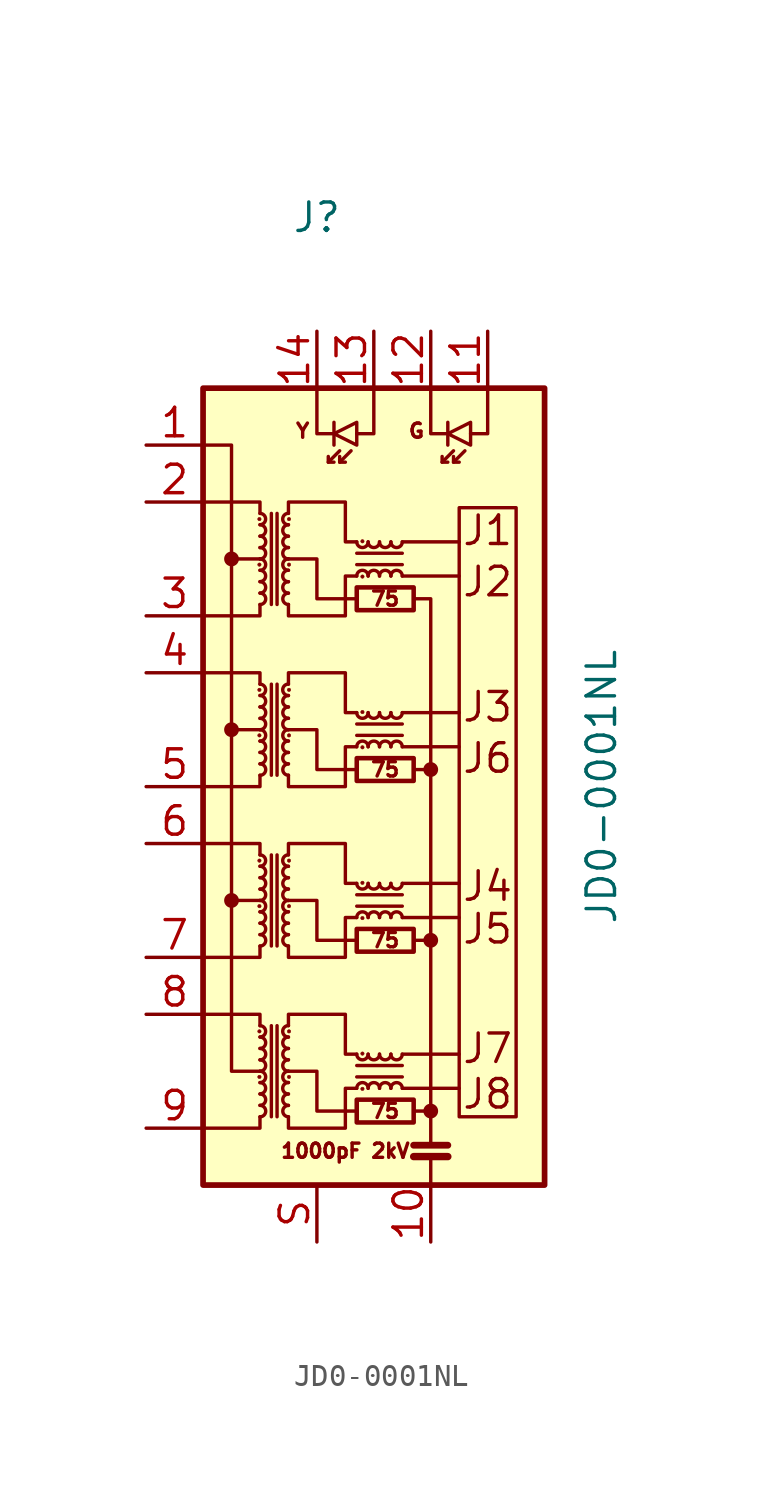
<source format=kicad_sym>
(kicad_symbol_lib
  (version 20201005)
  (generator kicad_symbol_editor)
  (symbol "PintryParts-Symbols:JD0-0001NL"
    (pin_names
      (offset 0.025) hide)
    (property "Reference" "J"
      (at -2.54 25.4 0)
      (effects (font (size 1.27 1.27))))
    (property "Value" "JD0-0001NL"
      (at 10.16 0 90)
      (effects (font (size 1.27 1.27))))
    (symbol "JD0-0001NL_0_0"
      (text "1000pF 2kV" (at -1.27 -16.256 0) (effects (font (size 0.635 0.635))))
      (text "75" (at 0.508 -14.478 0) (effects (font (size 0.635 0.635))))
      (text "75" (at 0.508 -6.858 0) (effects (font (size 0.635 0.635))))
      (text "75" (at 0.508 0.762 0) (effects (font (size 0.635 0.635))))
      (text "75" (at 0.508 8.382 0) (effects (font (size 0.635 0.635))))
      (text "G" (at 1.905 15.875 0) (effects (font (size 0.635 0.635))))
      (text "J1" (at 5.08 11.43 0) (effects (font (size 1.27 1.27))))
      (text "J2" (at 5.08 9.144 0) (effects (font (size 1.27 1.27))))
      (text "J3" (at 5.08 3.556 0) (effects (font (size 1.27 1.27))))
      (text "J4" (at 5.08 -4.445 0) (effects (font (size 1.27 1.27))))
      (text "J5" (at 5.08 -6.35 0) (effects (font (size 1.27 1.27))))
      (text "J6" (at 5.08 1.27 0) (effects (font (size 1.27 1.27))))
      (text "J7" (at 5.08 -11.684 0) (effects (font (size 1.27 1.27))))
      (text "J8" (at 5.08 -13.716 0) (effects (font (size 1.27 1.27))))
      (text "Y" (at -3.175 15.875 0) (effects (font (size 0.635 0.635))))
      (polyline (pts (xy -6.35 -5.08) (xy -5.08 -5.08)) (stroke (width 0)) (fill (type none)))
      (polyline (pts (xy -6.35 10.16) (xy -5.08 10.16)) (stroke (width 0)) (fill (type none)))
      (polyline (pts (xy -5.08 2.54) (xy -6.35 2.54)) (stroke (width 0)) (fill (type none)))
      (polyline (pts (xy 1.27 -13.462) (xy 3.81 -13.462)) (stroke (width 0)) (fill (type none)))
      (polyline (pts (xy 1.27 -11.938) (xy 3.81 -11.938)) (stroke (width 0)) (fill (type none)))
      (polyline (pts (xy 1.27 -5.842) (xy 3.81 -5.842)) (stroke (width 0)) (fill (type none)))
      (polyline (pts (xy 1.27 -4.318) (xy 3.81 -4.318)) (stroke (width 0)) (fill (type none)))
      (polyline (pts (xy 1.27 1.778) (xy 3.81 1.778)) (stroke (width 0)) (fill (type none)))
      (polyline (pts (xy 1.27 3.302) (xy 3.81 3.302)) (stroke (width 0)) (fill (type none)))
      (polyline (pts (xy 1.27 9.398) (xy 3.81 9.398)) (stroke (width 0)) (fill (type none)))
      (polyline (pts (xy 1.27 10.922) (xy 3.81 10.922)) (stroke (width 0)) (fill (type none)))
      (polyline (pts (xy 1.778 -14.478) (xy 2.54 -14.478)) (stroke (width 0)) (fill (type none)))
      (polyline (pts (xy -0.762 -14.478) (xy -2.54 -14.478) (xy -2.54 -12.7) (xy -3.81 -12.7)) (stroke (width 0)) (fill (type none)))
      (polyline (pts (xy -0.762 -6.858) (xy -2.54 -6.858) (xy -2.54 -5.08) (xy -3.81 -5.08)) (stroke (width 0)) (fill (type none)))
      (polyline (pts (xy -0.762 0.762) (xy -2.54 0.762) (xy -2.54 2.54) (xy -3.81 2.54)) (stroke (width 0)) (fill (type none)))
      (polyline (pts (xy -0.762 8.382) (xy -2.54 8.382) (xy -2.54 10.16) (xy -3.81 10.16)) (stroke (width 0)) (fill (type none))))
    (symbol "JD0-0001NL_0_1"
      (arc (start -5.08 -14.732) (end -5.08 -14.224) (radius (at -5.08 -14.478) (length 0.254) (angles -89.9 89.9)) (stroke (width 0)) (fill (type none)))
      (arc (start -5.08 -14.224) (end -5.08 -13.716) (radius (at -5.08 -13.97) (length 0.254) (angles -89.9 89.9)) (stroke (width 0)) (fill (type none)))
      (arc (start -5.08 -13.716) (end -5.08 -13.208) (radius (at -5.08 -13.462) (length 0.254) (angles -89.9 89.9)) (stroke (width 0)) (fill (type none)))
      (arc (start -5.08 -13.208) (end -5.08 -12.7) (radius (at -5.08 -12.954) (length 0.254) (angles -89.9 89.9)) (stroke (width 0)) (fill (type none)))
      (arc (start -5.08 -12.7) (end -5.08 -12.192) (radius (at -5.08 -12.446) (length 0.254) (angles -89.9 89.9)) (stroke (width 0)) (fill (type none)))
      (arc (start -5.08 -12.192) (end -5.08 -11.684) (radius (at -5.08 -11.938) (length 0.254) (angles -89.9 89.9)) (stroke (width 0)) (fill (type none)))
      (arc (start -5.08 -11.684) (end -5.08 -11.176) (radius (at -5.08 -11.43) (length 0.254) (angles -89.9 89.9)) (stroke (width 0)) (fill (type none)))
      (arc (start -5.08 -11.176) (end -5.08 -10.668) (radius (at -5.08 -10.922) (length 0.254) (angles -89.9 89.9)) (stroke (width 0)) (fill (type none)))
      (arc (start -5.08 -7.112) (end -5.08 -6.604) (radius (at -5.08 -6.858) (length 0.254) (angles -89.9 89.9)) (stroke (width 0)) (fill (type none)))
      (arc (start -5.08 -6.604) (end -5.08 -6.096) (radius (at -5.08 -6.35) (length 0.254) (angles -89.9 89.9)) (stroke (width 0)) (fill (type none)))
      (arc (start -5.08 -6.096) (end -5.08 -5.588) (radius (at -5.08 -5.842) (length 0.254) (angles -89.9 89.9)) (stroke (width 0)) (fill (type none)))
      (arc (start -5.08 -5.588) (end -5.08 -5.08) (radius (at -5.08 -5.334) (length 0.254) (angles -89.9 89.9)) (stroke (width 0)) (fill (type none)))
      (arc (start -5.08 -5.08) (end -5.08 -4.572) (radius (at -5.08 -4.826) (length 0.254) (angles -89.9 89.9)) (stroke (width 0)) (fill (type none)))
      (arc (start -5.08 -4.572) (end -5.08 -4.064) (radius (at -5.08 -4.318) (length 0.254) (angles -89.9 89.9)) (stroke (width 0)) (fill (type none)))
      (arc (start -5.08 -4.064) (end -5.08 -3.556) (radius (at -5.08 -3.81) (length 0.254) (angles -89.9 89.9)) (stroke (width 0)) (fill (type none)))
      (arc (start -5.08 -3.556) (end -5.08 -3.048) (radius (at -5.08 -3.302) (length 0.254) (angles -89.9 89.9)) (stroke (width 0)) (fill (type none)))
      (arc (start -5.08 0.508) (end -5.08 1.016) (radius (at -5.08 0.762) (length 0.254) (angles -89.9 89.9)) (stroke (width 0)) (fill (type none)))
      (arc (start -5.08 1.016) (end -5.08 1.524) (radius (at -5.08 1.27) (length 0.254) (angles -89.9 89.9)) (stroke (width 0)) (fill (type none)))
      (arc (start -5.08 1.524) (end -5.08 2.032) (radius (at -5.08 1.778) (length 0.254) (angles -89.9 89.9)) (stroke (width 0)) (fill (type none)))
      (arc (start -5.08 2.032) (end -5.08 2.54) (radius (at -5.08 2.286) (length 0.254) (angles -89.9 89.9)) (stroke (width 0)) (fill (type none)))
      (arc (start -5.08 2.54) (end -5.08 3.048) (radius (at -5.08 2.794) (length 0.254) (angles -89.9 89.9)) (stroke (width 0)) (fill (type none)))
      (arc (start -5.08 3.048) (end -5.08 3.556) (radius (at -5.08 3.302) (length 0.254) (angles -89.9 89.9)) (stroke (width 0)) (fill (type none)))
      (arc (start -5.08 3.556) (end -5.08 4.064) (radius (at -5.08 3.81) (length 0.254) (angles -89.9 89.9)) (stroke (width 0)) (fill (type none)))
      (arc (start -5.08 4.064) (end -5.08 4.572) (radius (at -5.08 4.318) (length 0.254) (angles -89.9 89.9)) (stroke (width 0)) (fill (type none)))
      (arc (start -5.08 8.128) (end -5.08 8.636) (radius (at -5.08 8.382) (length 0.254) (angles -89.9 89.9)) (stroke (width 0)) (fill (type none)))
      (arc (start -5.08 8.636) (end -5.08 9.144) (radius (at -5.08 8.89) (length 0.254) (angles -89.9 89.9)) (stroke (width 0)) (fill (type none)))
      (arc (start -5.08 9.144) (end -5.08 9.652) (radius (at -5.08 9.398) (length 0.254) (angles -89.9 89.9)) (stroke (width 0)) (fill (type none)))
      (arc (start -5.08 9.652) (end -5.08 10.16) (radius (at -5.08 9.906) (length 0.254) (angles -89.9 89.9)) (stroke (width 0)) (fill (type none)))
      (arc (start -5.08 10.16) (end -5.08 10.668) (radius (at -5.08 10.414) (length 0.254) (angles -89.9 89.9)) (stroke (width 0)) (fill (type none)))
      (arc (start -5.08 10.668) (end -5.08 11.176) (radius (at -5.08 10.922) (length 0.254) (angles -89.9 89.9)) (stroke (width 0)) (fill (type none)))
      (arc (start -5.08 11.176) (end -5.08 11.684) (radius (at -5.08 11.43) (length 0.254) (angles -89.9 89.9)) (stroke (width 0)) (fill (type none)))
      (arc (start -5.08 11.684) (end -5.08 12.192) (radius (at -5.08 11.938) (length 0.254) (angles -89.9 89.9)) (stroke (width 0)) (fill (type none)))
      (arc (start -3.81 -14.224) (end -3.81 -14.732) (radius (at -3.81 -14.478) (length 0.254) (angles 90.1 -90.1)) (stroke (width 0)) (fill (type none)))
      (arc (start -3.81 -13.716) (end -3.81 -14.224) (radius (at -3.81 -13.97) (length 0.254) (angles 90.1 -90.1)) (stroke (width 0)) (fill (type none)))
      (arc (start -3.81 -13.208) (end -3.81 -13.716) (radius (at -3.81 -13.462) (length 0.254) (angles 90.1 -90.1)) (stroke (width 0)) (fill (type none)))
      (arc (start -3.81 -12.7) (end -3.81 -13.208) (radius (at -3.81 -12.954) (length 0.254) (angles 90.1 -90.1)) (stroke (width 0)) (fill (type none)))
      (arc (start -3.81 -12.192) (end -3.81 -12.7) (radius (at -3.81 -12.446) (length 0.254) (angles 90.1 -90.1)) (stroke (width 0)) (fill (type none)))
      (arc (start -3.81 -11.684) (end -3.81 -12.192) (radius (at -3.81 -11.938) (length 0.254) (angles 90.1 -90.1)) (stroke (width 0)) (fill (type none)))
      (arc (start -3.81 -11.176) (end -3.81 -11.684) (radius (at -3.81 -11.43) (length 0.254) (angles 90.1 -90.1)) (stroke (width 0)) (fill (type none)))
      (arc (start -3.81 -10.668) (end -3.81 -11.176) (radius (at -3.81 -10.922) (length 0.254) (angles 90.1 -90.1)) (stroke (width 0)) (fill (type none)))
      (arc (start -3.81 -6.604) (end -3.81 -7.112) (radius (at -3.81 -6.858) (length 0.254) (angles 90.1 -90.1)) (stroke (width 0)) (fill (type none)))
      (arc (start -3.81 -6.096) (end -3.81 -6.604) (radius (at -3.81 -6.35) (length 0.254) (angles 90.1 -90.1)) (stroke (width 0)) (fill (type none)))
      (arc (start -3.81 -5.588) (end -3.81 -6.096) (radius (at -3.81 -5.842) (length 0.254) (angles 90.1 -90.1)) (stroke (width 0)) (fill (type none)))
      (arc (start -3.81 -5.08) (end -3.81 -5.588) (radius (at -3.81 -5.334) (length 0.254) (angles 90.1 -90.1)) (stroke (width 0)) (fill (type none)))
      (arc (start -3.81 -4.572) (end -3.81 -5.08) (radius (at -3.81 -4.826) (length 0.254) (angles 90.1 -90.1)) (stroke (width 0)) (fill (type none)))
      (arc (start -3.81 -4.064) (end -3.81 -4.572) (radius (at -3.81 -4.318) (length 0.254) (angles 90.1 -90.1)) (stroke (width 0)) (fill (type none)))
      (arc (start -3.81 -3.556) (end -3.81 -4.064) (radius (at -3.81 -3.81) (length 0.254) (angles 90.1 -90.1)) (stroke (width 0)) (fill (type none)))
      (arc (start -3.81 -3.048) (end -3.81 -3.556) (radius (at -3.81 -3.302) (length 0.254) (angles 90.1 -90.1)) (stroke (width 0)) (fill (type none)))
      (arc (start -3.81 1.016) (end -3.81 0.508) (radius (at -3.81 0.762) (length 0.254) (angles 90.1 -90.1)) (stroke (width 0)) (fill (type none)))
      (arc (start -3.81 1.524) (end -3.81 1.016) (radius (at -3.81 1.27) (length 0.254) (angles 90.1 -90.1)) (stroke (width 0)) (fill (type none)))
      (arc (start -3.81 2.032) (end -3.81 1.524) (radius (at -3.81 1.778) (length 0.254) (angles 90.1 -90.1)) (stroke (width 0)) (fill (type none)))
      (arc (start -3.81 2.54) (end -3.81 2.032) (radius (at -3.81 2.286) (length 0.254) (angles 90.1 -90.1)) (stroke (width 0)) (fill (type none)))
      (arc (start -3.81 3.048) (end -3.81 2.54) (radius (at -3.81 2.794) (length 0.254) (angles 90.1 -90.1)) (stroke (width 0)) (fill (type none)))
      (arc (start -3.81 3.556) (end -3.81 3.048) (radius (at -3.81 3.302) (length 0.254) (angles 90.1 -90.1)) (stroke (width 0)) (fill (type none)))
      (arc (start -3.81 4.064) (end -3.81 3.556) (radius (at -3.81 3.81) (length 0.254) (angles 90.1 -90.1)) (stroke (width 0)) (fill (type none)))
      (arc (start -3.81 4.572) (end -3.81 4.064) (radius (at -3.81 4.318) (length 0.254) (angles 90.1 -90.1)) (stroke (width 0)) (fill (type none)))
      (arc (start -3.81 8.636) (end -3.81 8.128) (radius (at -3.81 8.382) (length 0.254) (angles 90.1 -90.1)) (stroke (width 0)) (fill (type none)))
      (arc (start -3.81 9.144) (end -3.81 8.636) (radius (at -3.81 8.89) (length 0.254) (angles 90.1 -90.1)) (stroke (width 0)) (fill (type none)))
      (arc (start -3.81 9.652) (end -3.81 9.144) (radius (at -3.81 9.398) (length 0.254) (angles 90.1 -90.1)) (stroke (width 0)) (fill (type none)))
      (arc (start -3.81 10.16) (end -3.81 9.652) (radius (at -3.81 9.906) (length 0.254) (angles 90.1 -90.1)) (stroke (width 0)) (fill (type none)))
      (arc (start -3.81 10.668) (end -3.81 10.16) (radius (at -3.81 10.414) (length 0.254) (angles 90.1 -90.1)) (stroke (width 0)) (fill (type none)))
      (arc (start -3.81 11.176) (end -3.81 10.668) (radius (at -3.81 10.922) (length 0.254) (angles 90.1 -90.1)) (stroke (width 0)) (fill (type none)))
      (arc (start -3.81 11.684) (end -3.81 11.176) (radius (at -3.81 11.43) (length 0.254) (angles 90.1 -90.1)) (stroke (width 0)) (fill (type none)))
      (arc (start -3.81 12.192) (end -3.81 11.684) (radius (at -3.81 11.938) (length 0.254) (angles 90.1 -90.1)) (stroke (width 0)) (fill (type none)))
      (arc (start -0.254 -13.462) (end -0.762 -13.462) (radius (at -0.508 -13.462) (length 0.254) (angles 0.1 179.9)) (stroke (width 0)) (fill (type none)))
      (arc (start -0.762 -11.938) (end -0.254 -11.938) (radius (at -0.508 -11.938) (length 0.254) (angles -179.9 -0.1)) (stroke (width 0)) (fill (type none)))
      (arc (start -0.254 -5.842) (end -0.762 -5.842) (radius (at -0.508 -5.842) (length 0.254) (angles 0.1 179.9)) (stroke (width 0)) (fill (type none)))
      (arc (start -0.762 -4.318) (end -0.254 -4.318) (radius (at -0.508 -4.318) (length 0.254) (angles -179.9 -0.1)) (stroke (width 0)) (fill (type none)))
      (arc (start -0.254 1.778) (end -0.762 1.778) (radius (at -0.508 1.778) (length 0.254) (angles 0.1 179.9)) (stroke (width 0)) (fill (type none)))
      (arc (start -0.762 3.302) (end -0.254 3.302) (radius (at -0.508 3.302) (length 0.254) (angles -179.9 -0.1)) (stroke (width 0)) (fill (type none)))
      (arc (start -0.254 9.398) (end -0.762 9.398) (radius (at -0.508 9.398) (length 0.254) (angles 0.1 179.9)) (stroke (width 0)) (fill (type none)))
      (arc (start -0.762 10.922) (end -0.254 10.922) (radius (at -0.508 10.922) (length 0.254) (angles -179.9 -0.1)) (stroke (width 0)) (fill (type none)))
      (arc (start 0.254 -13.462) (end -0.254 -13.462) (radius (at 0 -13.462) (length 0.254) (angles 0.1 179.9)) (stroke (width 0)) (fill (type none)))
      (arc (start -0.254 -11.938) (end 0.254 -11.938) (radius (at 0 -11.938) (length 0.254) (angles -179.9 -0.1)) (stroke (width 0)) (fill (type none)))
      (arc (start 0.254 -5.842) (end -0.254 -5.842) (radius (at 0 -5.842) (length 0.254) (angles 0.1 179.9)) (stroke (width 0)) (fill (type none)))
      (arc (start -0.254 -4.318) (end 0.254 -4.318) (radius (at 0 -4.318) (length 0.254) (angles -179.9 -0.1)) (stroke (width 0)) (fill (type none)))
      (arc (start 0.254 1.778) (end -0.254 1.778) (radius (at 0 1.778) (length 0.254) (angles 0.1 179.9)) (stroke (width 0)) (fill (type none)))
      (arc (start -0.254 3.302) (end 0.254 3.302) (radius (at 0 3.302) (length 0.254) (angles -179.9 -0.1)) (stroke (width 0)) (fill (type none)))
      (arc (start 0.254 9.398) (end -0.254 9.398) (radius (at 0 9.398) (length 0.254) (angles 0.1 179.9)) (stroke (width 0)) (fill (type none)))
      (arc (start -0.254 10.922) (end 0.254 10.922) (radius (at 0 10.922) (length 0.254) (angles -179.9 -0.1)) (stroke (width 0)) (fill (type none)))
      (arc (start 0.762 -13.462) (end 0.254 -13.462) (radius (at 0.508 -13.462) (length 0.254) (angles 0.1 179.9)) (stroke (width 0)) (fill (type none)))
      (arc (start 0.254 -11.938) (end 0.762 -11.938) (radius (at 0.508 -11.938) (length 0.254) (angles -179.9 -0.1)) (stroke (width 0)) (fill (type none)))
      (arc (start 0.762 -5.842) (end 0.254 -5.842) (radius (at 0.508 -5.842) (length 0.254) (angles 0.1 179.9)) (stroke (width 0)) (fill (type none)))
      (arc (start 0.254 -4.318) (end 0.762 -4.318) (radius (at 0.508 -4.318) (length 0.254) (angles -179.9 -0.1)) (stroke (width 0)) (fill (type none)))
      (arc (start 0.762 1.778) (end 0.254 1.778) (radius (at 0.508 1.778) (length 0.254) (angles 0.1 179.9)) (stroke (width 0)) (fill (type none)))
      (arc (start 0.254 3.302) (end 0.762 3.302) (radius (at 0.508 3.302) (length 0.254) (angles -179.9 -0.1)) (stroke (width 0)) (fill (type none)))
      (arc (start 0.762 9.398) (end 0.254 9.398) (radius (at 0.508 9.398) (length 0.254) (angles 0.1 179.9)) (stroke (width 0)) (fill (type none)))
      (arc (start 0.254 10.922) (end 0.762 10.922) (radius (at 0.508 10.922) (length 0.254) (angles -179.9 -0.1)) (stroke (width 0)) (fill (type none)))
      (arc (start 1.27 -13.462) (end 0.762 -13.462) (radius (at 1.016 -13.462) (length 0.254) (angles 0.1 179.9)) (stroke (width 0)) (fill (type none)))
      (arc (start 0.762 -11.938) (end 1.27 -11.938) (radius (at 1.016 -11.938) (length 0.254) (angles -179.9 -0.1)) (stroke (width 0)) (fill (type none)))
      (arc (start 1.27 -5.842) (end 0.762 -5.842) (radius (at 1.016 -5.842) (length 0.254) (angles 0.1 179.9)) (stroke (width 0)) (fill (type none)))
      (arc (start 0.762 -4.318) (end 1.27 -4.318) (radius (at 1.016 -4.318) (length 0.254) (angles -179.9 -0.1)) (stroke (width 0)) (fill (type none)))
      (arc (start 1.27 1.778) (end 0.762 1.778) (radius (at 1.016 1.778) (length 0.254) (angles 0.1 179.9)) (stroke (width 0)) (fill (type none)))
      (arc (start 0.762 3.302) (end 1.27 3.302) (radius (at 1.016 3.302) (length 0.254) (angles -179.9 -0.1)) (stroke (width 0)) (fill (type none)))
      (arc (start 1.27 9.398) (end 0.762 9.398) (radius (at 1.016 9.398) (length 0.254) (angles 0.1 179.9)) (stroke (width 0)) (fill (type none)))
      (arc (start 0.762 10.922) (end 1.27 10.922) (radius (at 1.016 10.922) (length 0.254) (angles -179.9 -0.1)) (stroke (width 0)) (fill (type none)))
      (circle (center -6.35 -5.08) (radius 0.254) (stroke (width 0)) (fill (type outline)))
      (circle (center -6.35 2.54) (radius 0.254) (stroke (width 0)) (fill (type outline)))
      (circle (center -6.35 10.16) (radius 0.254) (stroke (width 0)) (fill (type outline)))
      (circle (center -5.105 -12.954) (radius 0.076) (stroke (width 0.025)) (fill (type outline)))
      (circle (center -5.105 -10.922) (radius 0.076) (stroke (width 0.025)) (fill (type outline)))
      (circle (center -5.105 -5.334) (radius 0.076) (stroke (width 0.025)) (fill (type outline)))
      (circle (center -5.105 -3.302) (radius 0.076) (stroke (width 0.025)) (fill (type outline)))
      (circle (center -5.105 2.286) (radius 0.076) (stroke (width 0.025)) (fill (type outline)))
      (circle (center -5.105 4.318) (radius 0.076) (stroke (width 0.025)) (fill (type outline)))
      (circle (center -5.105 9.906) (radius 0.076) (stroke (width 0.025)) (fill (type outline)))
      (circle (center -5.105 11.938) (radius 0.076) (stroke (width 0.025)) (fill (type outline)))
      (circle (center -3.785 -12.954) (radius 0.076) (stroke (width 0.025)) (fill (type outline)))
      (circle (center -3.785 -10.922) (radius 0.076) (stroke (width 0.025)) (fill (type outline)))
      (circle (center -3.785 -5.334) (radius 0.076) (stroke (width 0.025)) (fill (type outline)))
      (circle (center -3.785 -3.302) (radius 0.076) (stroke (width 0.025)) (fill (type outline)))
      (circle (center -3.785 2.286) (radius 0.076) (stroke (width 0.025)) (fill (type outline)))
      (circle (center -3.785 4.318) (radius 0.076) (stroke (width 0.025)) (fill (type outline)))
      (circle (center -3.785 9.906) (radius 0.076) (stroke (width 0.025)) (fill (type outline)))
      (circle (center -3.785 11.938) (radius 0.076) (stroke (width 0.025)) (fill (type outline)))
      (circle (center -0.508 -13.487) (radius 0.076) (stroke (width 0.025)) (fill (type outline)))
      (circle (center -0.508 -11.913) (radius 0.076) (stroke (width 0.025)) (fill (type outline)))
      (circle (center -0.508 -5.867) (radius 0.076) (stroke (width 0.025)) (fill (type outline)))
      (circle (center -0.508 -4.293) (radius 0.076) (stroke (width 0.025)) (fill (type outline)))
      (circle (center -0.508 1.753) (radius 0.076) (stroke (width 0.025)) (fill (type outline)))
      (circle (center -0.508 3.327) (radius 0.076) (stroke (width 0.025)) (fill (type outline)))
      (circle (center -0.508 9.373) (radius 0.076) (stroke (width 0.025)) (fill (type outline)))
      (circle (center -0.508 10.947) (radius 0.076) (stroke (width 0.025)) (fill (type outline)))
      (circle (center 2.54 -14.478) (radius 0.254) (stroke (width 0)) (fill (type outline)))
      (circle (center 2.54 -6.858) (radius 0.254) (stroke (width 0)) (fill (type outline)))
      (circle (center 2.54 0.762) (radius 0.254) (stroke (width 0)) (fill (type outline)))
      (rectangle (start 1.778 -14.986) (end -0.762 -13.97) (stroke (width 0.203)) (fill (type none)))
      (rectangle (start 1.778 -7.366) (end -0.762 -6.35) (stroke (width 0.203)) (fill (type none)))
      (rectangle (start 1.778 0.254) (end -0.762 1.27) (stroke (width 0.203)) (fill (type none)))
      (rectangle (start 1.778 7.874) (end -0.762 8.89) (stroke (width 0.203)) (fill (type none)))
      (rectangle (start 3.81 -14.732) (end 6.35 12.446) (stroke (width 0)) (fill (type none)))
      (rectangle (start -7.62 17.78) (end 7.62 -17.78) (stroke (width 0.254)) (fill (type background)))
      (polyline (pts (xy -4.572 -14.732) (xy -4.572 -10.668)) (stroke (width 0)) (fill (type none)))
      (polyline (pts (xy -4.572 -7.112) (xy -4.572 -3.048)) (stroke (width 0)) (fill (type none)))
      (polyline (pts (xy -4.572 0.508) (xy -4.572 4.572)) (stroke (width 0)) (fill (type none)))
      (polyline (pts (xy -4.572 8.128) (xy -4.572 12.192)) (stroke (width 0)) (fill (type none)))
      (polyline (pts (xy -4.318 -10.668) (xy -4.318 -14.732)) (stroke (width 0)) (fill (type none)))
      (polyline (pts (xy -4.318 -3.048) (xy -4.318 -7.112)) (stroke (width 0)) (fill (type none)))
      (polyline (pts (xy -4.318 4.572) (xy -4.318 0.508)) (stroke (width 0)) (fill (type none)))
      (polyline (pts (xy -4.318 12.192) (xy -4.318 8.128)) (stroke (width 0)) (fill (type none)))
      (polyline (pts (xy -2.032 14.478) (xy -1.524 14.986)) (stroke (width 0)) (fill (type none)))
      (polyline (pts (xy -1.778 16.256) (xy -1.778 15.24)) (stroke (width 0)) (fill (type none)))
      (polyline (pts (xy -1.524 14.478) (xy -1.016 14.986)) (stroke (width 0)) (fill (type none)))
      (polyline (pts (xy -0.762 -12.446) (xy 1.27 -12.446)) (stroke (width 0)) (fill (type none)))
      (polyline (pts (xy -0.762 -4.826) (xy 1.27 -4.826)) (stroke (width 0)) (fill (type none)))
      (polyline (pts (xy -0.762 2.794) (xy 1.27 2.794)) (stroke (width 0)) (fill (type none)))
      (polyline (pts (xy -0.762 10.414) (xy 1.27 10.414)) (stroke (width 0)) (fill (type none)))
      (polyline (pts (xy 1.27 -12.954) (xy -0.762 -12.954)) (stroke (width 0)) (fill (type none)))
      (polyline (pts (xy 1.27 -5.334) (xy -0.762 -5.334)) (stroke (width 0)) (fill (type none)))
      (polyline (pts (xy 1.27 2.286) (xy -0.762 2.286)) (stroke (width 0)) (fill (type none)))
      (polyline (pts (xy 1.27 9.906) (xy -0.762 9.906)) (stroke (width 0)) (fill (type none)))
      (polyline (pts (xy 1.778 -6.858) (xy 2.54 -6.858)) (stroke (width 0)) (fill (type none)))
      (polyline (pts (xy 2.54 -17.78) (xy 2.54 -16.51)) (stroke (width 0)) (fill (type none)))
      (polyline (pts (xy 2.54 0.762) (xy 1.778 0.762)) (stroke (width 0)) (fill (type none)))
      (polyline (pts (xy 3.048 14.478) (xy 3.556 14.986)) (stroke (width 0)) (fill (type none)))
      (polyline (pts (xy 3.302 -16.51) (xy 1.778 -16.51)) (stroke (width 0.33)) (fill (type none)))
      (polyline (pts (xy 3.302 -16.002) (xy 1.778 -16.002)) (stroke (width 0.305)) (fill (type none)))
      (polyline (pts (xy 3.302 16.256) (xy 3.302 15.24)) (stroke (width 0)) (fill (type none)))
      (polyline (pts (xy 3.556 14.478) (xy 4.064 14.986)) (stroke (width 0)) (fill (type none)))
      (polyline (pts (xy -5.08 -14.732) (xy -5.08 -15.24) (xy -7.62 -15.24)) (stroke (width 0)) (fill (type none)))
      (polyline (pts (xy -5.08 -10.668) (xy -5.08 -10.16) (xy -7.62 -10.16)) (stroke (width 0)) (fill (type none)))
      (polyline (pts (xy -5.08 -7.112) (xy -5.08 -7.62) (xy -7.62 -7.62)) (stroke (width 0)) (fill (type none)))
      (polyline (pts (xy -5.08 -3.048) (xy -5.08 -2.54) (xy -7.62 -2.54)) (stroke (width 0)) (fill (type none)))
      (polyline (pts (xy -5.08 0.508) (xy -5.08 0) (xy -7.62 0)) (stroke (width 0)) (fill (type none)))
      (polyline (pts (xy -5.08 4.572) (xy -5.08 5.08) (xy -7.62 5.08)) (stroke (width 0)) (fill (type none)))
      (polyline (pts (xy -5.08 8.128) (xy -5.08 7.62) (xy -7.62 7.62)) (stroke (width 0)) (fill (type none)))
      (polyline (pts (xy -5.08 12.192) (xy -5.08 12.7) (xy -7.62 12.7)) (stroke (width 0)) (fill (type none)))
      (polyline (pts (xy -2.54 17.78) (xy -2.54 15.748) (xy -1.778 15.748)) (stroke (width 0)) (fill (type none)))
      (polyline (pts (xy -2.032 14.732) (xy -2.032 14.478) (xy -1.778 14.478)) (stroke (width 0)) (fill (type none)))
      (polyline (pts (xy -1.524 14.732) (xy -1.524 14.478) (xy -1.27 14.478)) (stroke (width 0)) (fill (type none)))
      (polyline (pts (xy 0 17.78) (xy 0 15.748) (xy -0.762 15.748)) (stroke (width 0)) (fill (type none)))
      (polyline (pts (xy 2.54 -16.002) (xy 2.54 8.382) (xy 1.778 8.382)) (stroke (width 0)) (fill (type none)))
      (polyline (pts (xy 2.54 17.78) (xy 2.54 15.748) (xy 3.302 15.748)) (stroke (width 0)) (fill (type none)))
      (polyline (pts (xy 3.048 14.732) (xy 3.048 14.478) (xy 3.302 14.478)) (stroke (width 0)) (fill (type none)))
      (polyline (pts (xy 3.556 14.732) (xy 3.556 14.478) (xy 3.81 14.478)) (stroke (width 0)) (fill (type none)))
      (polyline (pts (xy 5.08 17.78) (xy 5.08 15.748) (xy 4.318 15.748)) (stroke (width 0)) (fill (type none)))
      (polyline (pts (xy -7.62 15.24) (xy -6.35 15.24) (xy -6.35 -12.7) (xy -5.08 -12.7)) (stroke (width 0)) (fill (type none)))
      (polyline (pts (xy -1.778 15.748) (xy -0.762 16.256) (xy -0.762 15.24) (xy -1.778 15.748)) (stroke (width 0)) (fill (type none)))
      (polyline (pts (xy 3.302 15.748) (xy 4.318 16.256) (xy 4.318 15.24) (xy 3.302 15.748)) (stroke (width 0)) (fill (type none)))
      (polyline (pts (xy -3.81 -14.732) (xy -3.81 -15.24) (xy -1.27 -15.24) (xy -1.27 -13.462) (xy -0.762 -13.462)) (stroke (width 0)) (fill (type none)))
      (polyline (pts (xy -3.81 -7.112) (xy -3.81 -7.62) (xy -1.27 -7.62) (xy -1.27 -5.842) (xy -0.762 -5.842)) (stroke (width 0)) (fill (type none)))
      (polyline (pts (xy -3.81 0.508) (xy -3.81 0) (xy -1.27 0) (xy -1.27 1.778) (xy -0.762 1.778)) (stroke (width 0)) (fill (type none)))
      (polyline (pts (xy -3.81 8.128) (xy -3.81 7.62) (xy -1.27 7.62) (xy -1.27 9.398) (xy -0.762 9.398)) (stroke (width 0)) (fill (type none)))
      (polyline (pts (xy -0.762 -11.938) (xy -1.27 -11.938) (xy -1.27 -10.16) (xy -3.81 -10.16) (xy -3.81 -10.668)) (stroke (width 0)) (fill (type none)))
      (polyline (pts (xy -0.762 -4.318) (xy -1.27 -4.318) (xy -1.27 -2.54) (xy -3.81 -2.54) (xy -3.81 -3.048)) (stroke (width 0)) (fill (type none)))
      (polyline (pts (xy -0.762 3.302) (xy -1.27 3.302) (xy -1.27 5.08) (xy -3.81 5.08) (xy -3.81 4.572)) (stroke (width 0)) (fill (type none)))
      (polyline (pts (xy -0.762 10.922) (xy -1.27 10.922) (xy -1.27 12.7) (xy -3.81 12.7) (xy -3.81 12.192)) (stroke (width 0)) (fill (type none)))
      (pin passive line (at -2.54 -20.32 90) (length 2.54) (name "~" (effects (font (size 1.27 1.27)))) (number "S" (effects (font (size 1.27 1.27))))))
    (symbol "JD0-0001NL_1_1"
      (pin passive line (at -10.16 15.24 0) (length 2.54) (name "~" (effects (font (size 1.27 1.27)))) (number "1" (effects (font (size 1.27 1.27)))))
      (pin passive line (at 2.54 -20.32 90) (length 2.54) (name "~" (effects (font (size 1.27 1.27)))) (number "10" (effects (font (size 1.27 1.27)))))
      (pin passive line (at 5.08 20.32 270) (length 2.54) (name "~" (effects (font (size 1.27 1.27)))) (number "11" (effects (font (size 1.27 1.27)))))
      (pin passive line (at 2.54 20.32 270) (length 2.54) (name "~" (effects (font (size 1.27 1.27)))) (number "12" (effects (font (size 1.27 1.27)))))
      (pin passive line (at 0 20.32 270) (length 2.54) (name "~" (effects (font (size 1.27 1.27)))) (number "13" (effects (font (size 1.27 1.27)))))
      (pin passive line (at -2.54 20.32 270) (length 2.54) (name "~" (effects (font (size 1.27 1.27)))) (number "14" (effects (font (size 1.27 1.27)))))
      (pin passive line (at -10.16 12.7 0) (length 2.54) (name "~" (effects (font (size 1.27 1.27)))) (number "2" (effects (font (size 1.27 1.27)))))
      (pin passive line (at -10.16 7.62 0) (length 2.54) (name "~" (effects (font (size 1.27 1.27)))) (number "3" (effects (font (size 1.27 1.27)))))
      (pin passive line (at -10.16 5.08 0) (length 2.54) (name "~" (effects (font (size 1.27 1.27)))) (number "4" (effects (font (size 1.27 1.27)))))
      (pin passive line (at -10.16 0 0) (length 2.54) (name "~" (effects (font (size 1.27 1.27)))) (number "5" (effects (font (size 1.27 1.27)))))
      (pin passive line (at -10.16 -2.54 0) (length 2.54) (name "~" (effects (font (size 1.27 1.27)))) (number "6" (effects (font (size 1.27 1.27)))))
      (pin passive line (at -10.16 -7.62 0) (length 2.54) (name "~" (effects (font (size 1.27 1.27)))) (number "7" (effects (font (size 1.27 1.27)))))
      (pin passive line (at -10.16 -10.16 0) (length 2.54) (name "~" (effects (font (size 1.27 1.27)))) (number "8" (effects (font (size 1.27 1.27)))))
      (pin passive line (at -10.16 -15.24 0) (length 2.54) (name "~" (effects (font (size 1.27 1.27)))) (number "9" (effects (font (size 1.27 1.27))))))))
</source>
